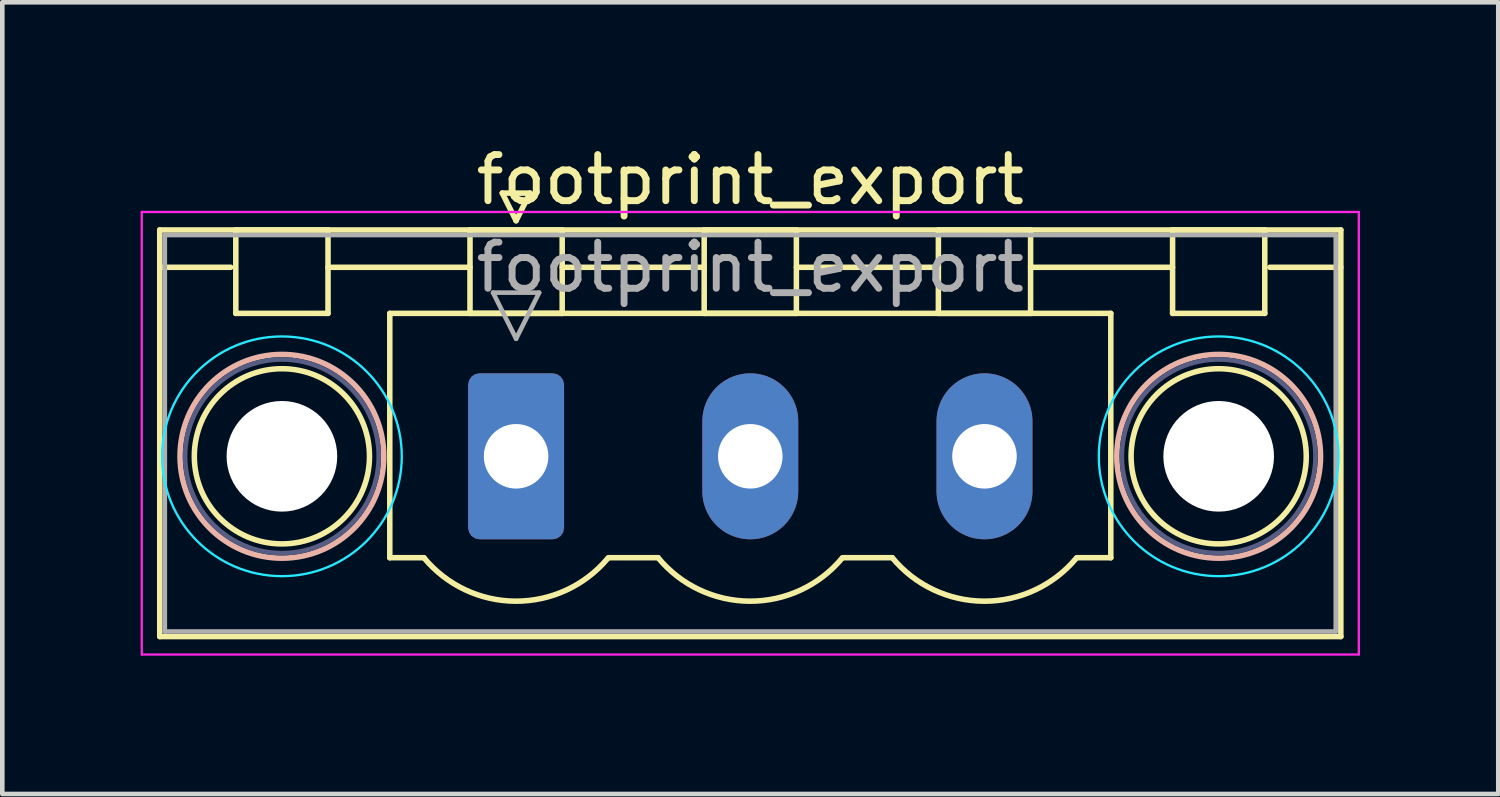
<source format=kicad_pcb>
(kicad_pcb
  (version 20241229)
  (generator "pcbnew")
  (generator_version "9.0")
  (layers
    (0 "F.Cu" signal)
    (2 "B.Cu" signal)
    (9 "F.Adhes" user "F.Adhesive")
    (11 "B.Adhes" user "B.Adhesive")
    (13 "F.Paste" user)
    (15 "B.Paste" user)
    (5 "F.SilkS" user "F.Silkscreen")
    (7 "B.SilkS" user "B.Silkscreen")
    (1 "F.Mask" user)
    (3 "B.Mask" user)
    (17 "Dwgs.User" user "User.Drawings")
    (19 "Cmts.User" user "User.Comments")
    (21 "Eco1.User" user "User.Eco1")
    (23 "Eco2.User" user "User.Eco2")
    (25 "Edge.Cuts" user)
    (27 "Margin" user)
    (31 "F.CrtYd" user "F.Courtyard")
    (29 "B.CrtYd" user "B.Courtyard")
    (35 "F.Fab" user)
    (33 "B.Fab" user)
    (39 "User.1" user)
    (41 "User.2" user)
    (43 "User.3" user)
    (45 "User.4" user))
  (footprint "footprint_export"
    (layer "F.Cu")
    (at 8.145 6.848)
    (property "Reference" "footprint_export" (at 5.08 -6 0) (layer "F.SilkS") (effects (font (size 1 1) (thickness 0.15))))
    (attr through_hole)
    (fp_line (start -7.73 -4.91) (end -7.73 3.91) (stroke (width 0.12) (type solid)) (layer "F.SilkS"))
    (fp_line (start -7.73 -4.1) (end -6.19 -4.1) (stroke (width 0.12) (type solid)) (layer "F.SilkS"))
    (fp_line (start -7.73 3.91) (end 17.89 3.91) (stroke (width 0.12) (type solid)) (layer "F.SilkS"))
    (fp_line (start -6.08 -4.91) (end -4.08 -4.91) (stroke (width 0.12) (type solid)) (layer "F.SilkS"))
    (fp_line (start -6.08 -3.1) (end -6.08 -4.91) (stroke (width 0.12) (type solid)) (layer "F.SilkS"))
    (fp_line (start -4.08 -4.91) (end -4.08 -3.1) (stroke (width 0.12) (type solid)) (layer "F.SilkS"))
    (fp_line (start -4.08 -4.1) (end -1 -4.1) (stroke (width 0.12) (type solid)) (layer "F.SilkS"))
    (fp_line (start -4.08 -3.1) (end -6.08 -3.1) (stroke (width 0.12) (type solid)) (layer "F.SilkS"))
    (fp_line (start -2.74 -3.1) (end 12.9 -3.1) (stroke (width 0.12) (type solid)) (layer "F.SilkS"))
    (fp_line (start -2.74 2.2) (end -2.74 -3.1) (stroke (width 0.12) (type solid)) (layer "F.SilkS"))
    (fp_line (start -2 2.2) (end -2.74 2.2) (stroke (width 0.12) (type solid)) (layer "F.SilkS"))
    (fp_line (start -1 -4.91) (end 1 -4.91) (stroke (width 0.12) (type solid)) (layer "F.SilkS"))
    (fp_line (start -1 -3.1) (end -1 -4.91) (stroke (width 0.12) (type solid)) (layer "F.SilkS"))
    (fp_line (start -0.3 -5.71) (end 0.3 -5.71) (stroke (width 0.12) (type solid)) (layer "F.SilkS"))
    (fp_line (start 0 -5.11) (end -0.3 -5.71) (stroke (width 0.12) (type solid)) (layer "F.SilkS"))
    (fp_line (start 0.3 -5.71) (end 0 -5.11) (stroke (width 0.12) (type solid)) (layer "F.SilkS"))
    (fp_line (start 1 -4.91) (end 1 -3.1) (stroke (width 0.12) (type solid)) (layer "F.SilkS"))
    (fp_line (start 1 -4.1) (end 4.08 -4.1) (stroke (width 0.12) (type solid)) (layer "F.SilkS"))
    (fp_line (start 1 -3.1) (end -1 -3.1) (stroke (width 0.12) (type solid)) (layer "F.SilkS"))
    (fp_line (start 2 2.2) (end 3.08 2.2) (stroke (width 0.12) (type solid)) (layer "F.SilkS"))
    (fp_line (start 4.08 -4.91) (end 6.08 -4.91) (stroke (width 0.12) (type solid)) (layer "F.SilkS"))
    (fp_line (start 4.08 -3.1) (end 4.08 -4.91) (stroke (width 0.12) (type solid)) (layer "F.SilkS"))
    (fp_line (start 6.08 -4.91) (end 6.08 -3.1) (stroke (width 0.12) (type solid)) (layer "F.SilkS"))
    (fp_line (start 6.08 -4.1) (end 9.16 -4.1) (stroke (width 0.12) (type solid)) (layer "F.SilkS"))
    (fp_line (start 6.08 -3.1) (end 4.08 -3.1) (stroke (width 0.12) (type solid)) (layer "F.SilkS"))
    (fp_line (start 7.08 2.2) (end 8.16 2.2) (stroke (width 0.12) (type solid)) (layer "F.SilkS"))
    (fp_line (start 9.16 -4.91) (end 11.16 -4.91) (stroke (width 0.12) (type solid)) (layer "F.SilkS"))
    (fp_line (start 9.16 -3.1) (end 9.16 -4.91) (stroke (width 0.12) (type solid)) (layer "F.SilkS"))
    (fp_line (start 11.16 -4.91) (end 11.16 -3.1) (stroke (width 0.12) (type solid)) (layer "F.SilkS"))
    (fp_line (start 11.16 -4.1) (end 14.24 -4.1) (stroke (width 0.12) (type solid)) (layer "F.SilkS"))
    (fp_line (start 11.16 -3.1) (end 9.16 -3.1) (stroke (width 0.12) (type solid)) (layer "F.SilkS"))
    (fp_line (start 12.9 -3.1) (end 12.9 2.2) (stroke (width 0.12) (type solid)) (layer "F.SilkS"))
    (fp_line (start 12.9 2.2) (end 12.16 2.2) (stroke (width 0.12) (type solid)) (layer "F.SilkS"))
    (fp_line (start 14.24 -4.91) (end 16.24 -4.91) (stroke (width 0.12) (type solid)) (layer "F.SilkS"))
    (fp_line (start 14.24 -3.1) (end 14.24 -4.91) (stroke (width 0.12) (type solid)) (layer "F.SilkS"))
    (fp_line (start 16.24 -4.91) (end 16.24 -3.1) (stroke (width 0.12) (type solid)) (layer "F.SilkS"))
    (fp_line (start 16.24 -3.1) (end 14.24 -3.1) (stroke (width 0.12) (type solid)) (layer "F.SilkS"))
    (fp_line (start 17.89 -4.91) (end -7.73 -4.91) (stroke (width 0.12) (type solid)) (layer "F.SilkS"))
    (fp_line (start 17.89 -4.1) (end 16.35 -4.1) (stroke (width 0.12) (type solid)) (layer "F.SilkS"))
    (fp_line (start 17.89 3.91) (end 17.89 -4.91) (stroke (width 0.12) (type solid)) (layer "F.SilkS"))
    (fp_arc (start 1.986842 2.215821) (mid -0.010289 3.142758) (end -2 2.2) (stroke (width 0.12) (type solid)) (layer "F.SilkS"))
    (fp_arc (start 7.066842 2.215821) (mid 5.069711 3.142758) (end 3.08 2.2) (stroke (width 0.12) (type solid)) (layer "F.SilkS"))
    (fp_arc (start 12.146842 2.215821) (mid 10.149711 3.142758) (end 8.16 2.2) (stroke (width 0.12) (type solid)) (layer "F.SilkS"))
    (fp_circle (center -5.08 0) (end -3.18 0) (stroke (width 0.12) (type solid)) (fill no) (layer "F.SilkS"))
    (fp_circle (center 15.24 0) (end 17.14 0) (stroke (width 0.12) (type solid)) (fill no) (layer "F.SilkS"))
    (fp_circle (center -5.08 0) (end -2.87 0) (stroke (width 0.12) (type solid)) (fill no) (layer "B.SilkS"))
    (fp_circle (center 15.24 0) (end 17.45 0) (stroke (width 0.12) (type solid)) (fill no) (layer "B.SilkS"))
    (fp_circle (center -5.08 0) (end -2.48 0) (stroke (width 0.05) (type solid)) (fill no) (layer "B.CrtYd"))
    (fp_circle (center 15.24 0) (end 17.84 0) (stroke (width 0.05) (type solid)) (fill no) (layer "B.CrtYd"))
    (fp_line (start -8.12 -5.3) (end -8.12 4.3) (stroke (width 0.05) (type solid)) (layer "F.CrtYd"))
    (fp_line (start -8.12 4.3) (end 18.28 4.3) (stroke (width 0.05) (type solid)) (layer "F.CrtYd"))
    (fp_line (start 18.28 -5.3) (end -8.12 -5.3) (stroke (width 0.05) (type solid)) (layer "F.CrtYd"))
    (fp_line (start 18.28 4.3) (end 18.28 -5.3) (stroke (width 0.05) (type solid)) (layer "F.CrtYd"))
    (fp_circle (center -5.08 0) (end -2.98 0) (stroke (width 0.1) (type solid)) (fill no) (layer "B.Fab"))
    (fp_circle (center 15.24 0) (end 17.34 0) (stroke (width 0.1) (type solid)) (fill no) (layer "B.Fab"))
    (fp_line (start -7.62 -4.8) (end -7.62 3.8) (stroke (width 0.1) (type solid)) (layer "F.Fab"))
    (fp_line (start -7.62 3.8) (end 17.78 3.8) (stroke (width 0.1) (type solid)) (layer "F.Fab"))
    (fp_line (start -0.5 -3.55) (end 0.5 -3.55) (stroke (width 0.1) (type solid)) (layer "F.Fab"))
    (fp_line (start 0 -2.55) (end -0.5 -3.55) (stroke (width 0.1) (type solid)) (layer "F.Fab"))
    (fp_line (start 0.5 -3.55) (end 0 -2.55) (stroke (width 0.1) (type solid)) (layer "F.Fab"))
    (fp_line (start 17.78 -4.8) (end -7.62 -4.8) (stroke (width 0.1) (type solid)) (layer "F.Fab"))
    (fp_line (start 17.78 3.8) (end 17.78 -4.8) (stroke (width 0.1) (type solid)) (layer "F.Fab"))
    (fp_text user "${REFERENCE}" (at 5.08 -4.1 0) (layer "F.Fab") (effects (font (size 1 1) (thickness 0.15))))
    (pad "" np_thru_hole circle (at -5.08 0) (size 2.4 2.4) (drill 2.4) (layers "*.Cu" "*.Mask"))
    (pad "" np_thru_hole circle (at 15.24 0) (size 2.4 2.4) (drill 2.4) (layers "*.Cu" "*.Mask"))
    (pad "1" thru_hole roundrect (at 0 0) (size 2.08 3.6) (drill 1.4) (layers "*.Cu" "*.Mask") (roundrect_rratio 0.12))
    (pad "2" thru_hole oval (at 5.08 0) (size 2.08 3.6) (drill 1.4) (layers "*.Cu" "*.Mask"))
    (pad "3" thru_hole oval (at 10.16 0) (size 2.08 3.6) (drill 1.4) (layers "*.Cu" "*.Mask")))
  (gr_rect
    (start -3 -3)
    (end 29.45 14.173)
    (stroke (width 0.1) (type default))
    (fill no)
    (layer "Edge.Cuts")))
</source>
